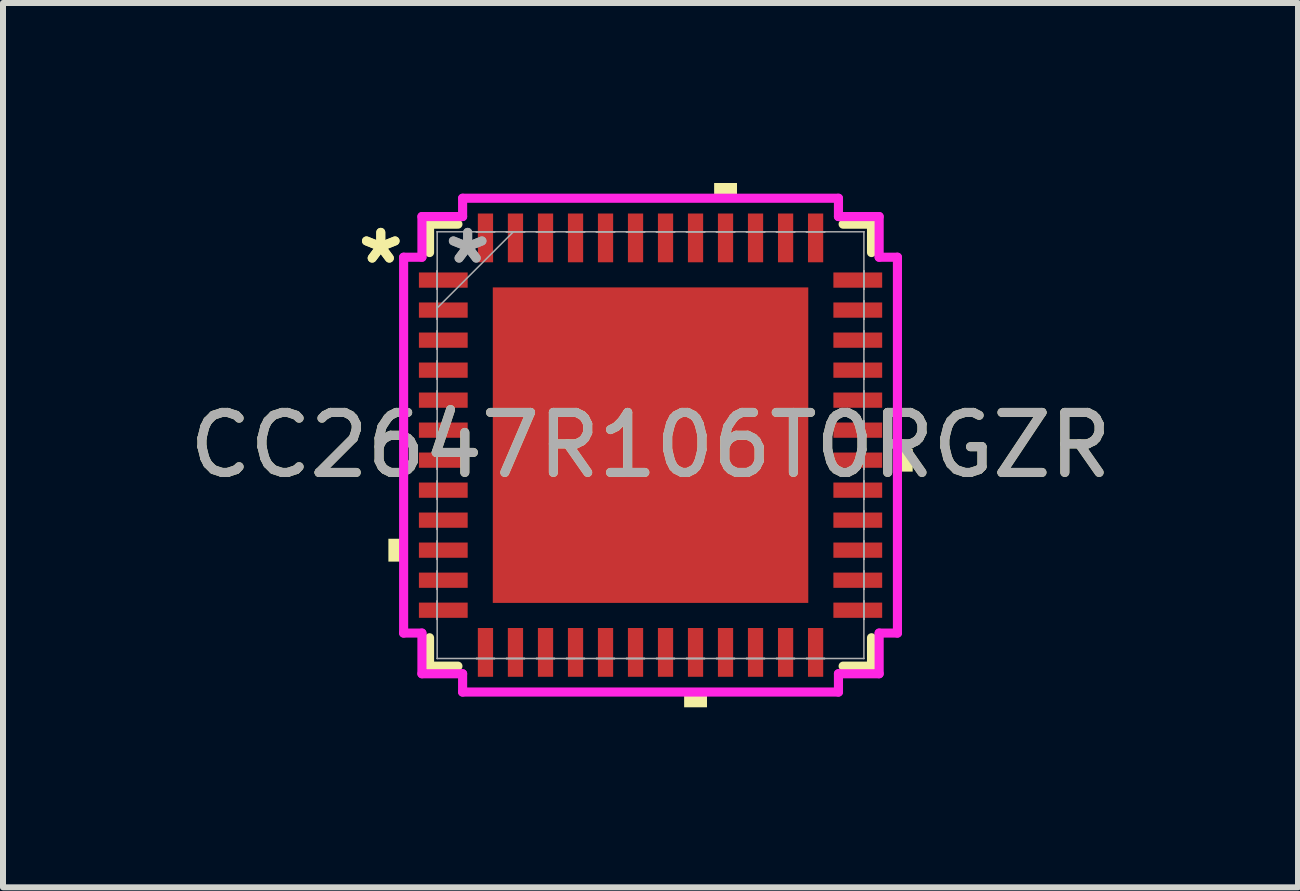
<source format=kicad_pcb>
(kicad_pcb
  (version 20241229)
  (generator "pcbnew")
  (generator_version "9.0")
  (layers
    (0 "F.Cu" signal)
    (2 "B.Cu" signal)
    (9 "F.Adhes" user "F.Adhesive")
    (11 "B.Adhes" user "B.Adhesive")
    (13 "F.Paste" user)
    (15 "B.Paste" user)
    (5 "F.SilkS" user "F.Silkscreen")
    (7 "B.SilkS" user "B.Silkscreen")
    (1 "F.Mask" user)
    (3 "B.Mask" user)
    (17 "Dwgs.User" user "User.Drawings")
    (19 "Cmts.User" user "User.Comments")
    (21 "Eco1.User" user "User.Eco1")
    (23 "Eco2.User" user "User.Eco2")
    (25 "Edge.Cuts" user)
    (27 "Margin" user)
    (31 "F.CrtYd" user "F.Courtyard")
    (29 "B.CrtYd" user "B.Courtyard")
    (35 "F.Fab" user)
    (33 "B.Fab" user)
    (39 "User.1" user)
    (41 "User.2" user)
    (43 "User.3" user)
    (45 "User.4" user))
  (footprint "CC2647R106T0RGZR"
    (layer "F.Cu")
    (at 7.792 4.369)
    (property "Reference" "CC2647R106T0RGZR" (at 0 0 0) (unlocked yes) (layer "F.SilkS") (effects (font (size 1 1) (thickness 0.15))))
    (attr smd)
    (fp_line (start -3.683 -3.683) (end -3.683 -3.21) (stroke (width 0.152) (type solid)) (layer "F.SilkS"))
    (fp_line (start -3.683 3.21) (end -3.683 3.683) (stroke (width 0.152) (type solid)) (layer "F.SilkS"))
    (fp_line (start -3.683 3.683) (end -3.21 3.683) (stroke (width 0.152) (type solid)) (layer "F.SilkS"))
    (fp_line (start -3.21 -3.683) (end -3.683 -3.683) (stroke (width 0.152) (type solid)) (layer "F.SilkS"))
    (fp_line (start 3.21 3.683) (end 3.683 3.683) (stroke (width 0.152) (type solid)) (layer "F.SilkS"))
    (fp_line (start 3.683 -3.683) (end 3.21 -3.683) (stroke (width 0.152) (type solid)) (layer "F.SilkS"))
    (fp_line (start 3.683 -3.21) (end 3.683 -3.683) (stroke (width 0.152) (type solid)) (layer "F.SilkS"))
    (fp_line (start 3.683 3.683) (end 3.683 3.21) (stroke (width 0.152) (type solid)) (layer "F.SilkS"))
    (fp_poly (pts (xy -4.369 1.56) (xy -4.369 1.941) (xy -4.115 1.941) (xy -4.115 1.56)) (stroke (width 0) (type solid)) (fill yes) (layer "F.SilkS"))
    (fp_poly (pts (xy 0.56 4.115) (xy 0.56 4.369) (xy 0.941 4.369) (xy 0.941 4.115)) (stroke (width 0) (type solid)) (fill yes) (layer "F.SilkS"))
    (fp_poly (pts (xy 1.06 -4.115) (xy 1.06 -4.369) (xy 1.441 -4.369) (xy 1.441 -4.115)) (stroke (width 0) (type solid)) (fill yes) (layer "F.SilkS"))
    (fp_poly (pts (xy 4.369 0.06) (xy 4.369 0.441) (xy 4.115 0.441) (xy 4.115 0.06)) (stroke (width 0) (type solid)) (fill yes) (layer "F.SilkS"))
    (fp_poly (pts (xy -2.529 -2.529) (xy -2.529 -1.414) (xy -1.414 -1.414) (xy -1.414 -2.529)) (stroke (width 0) (type solid)) (fill yes) (layer "F.Paste"))
    (fp_poly (pts (xy -2.529 -1.214) (xy -2.529 -0.1) (xy -1.414 -0.1) (xy -1.414 -1.214)) (stroke (width 0) (type solid)) (fill yes) (layer "F.Paste"))
    (fp_poly (pts (xy -2.529 0.1) (xy -2.529 1.214) (xy -1.414 1.214) (xy -1.414 0.1)) (stroke (width 0) (type solid)) (fill yes) (layer "F.Paste"))
    (fp_poly (pts (xy -2.529 1.414) (xy -2.529 2.529) (xy -1.414 2.529) (xy -1.414 1.414)) (stroke (width 0) (type solid)) (fill yes) (layer "F.Paste"))
    (fp_poly (pts (xy -1.214 -2.529) (xy -1.214 -1.414) (xy -0.1 -1.414) (xy -0.1 -2.529)) (stroke (width 0) (type solid)) (fill yes) (layer "F.Paste"))
    (fp_poly (pts (xy -1.214 -1.214) (xy -1.214 -0.1) (xy -0.1 -0.1) (xy -0.1 -1.214)) (stroke (width 0) (type solid)) (fill yes) (layer "F.Paste"))
    (fp_poly (pts (xy -1.214 0.1) (xy -1.214 1.214) (xy -0.1 1.214) (xy -0.1 0.1)) (stroke (width 0) (type solid)) (fill yes) (layer "F.Paste"))
    (fp_poly (pts (xy -1.214 1.414) (xy -1.214 2.529) (xy -0.1 2.529) (xy -0.1 1.414)) (stroke (width 0) (type solid)) (fill yes) (layer "F.Paste"))
    (fp_poly (pts (xy 0.1 -2.529) (xy 0.1 -1.414) (xy 1.214 -1.414) (xy 1.214 -2.529)) (stroke (width 0) (type solid)) (fill yes) (layer "F.Paste"))
    (fp_poly (pts (xy 0.1 -1.214) (xy 0.1 -0.1) (xy 1.214 -0.1) (xy 1.214 -1.214)) (stroke (width 0) (type solid)) (fill yes) (layer "F.Paste"))
    (fp_poly (pts (xy 0.1 0.1) (xy 0.1 1.214) (xy 1.214 1.214) (xy 1.214 0.1)) (stroke (width 0) (type solid)) (fill yes) (layer "F.Paste"))
    (fp_poly (pts (xy 0.1 1.414) (xy 0.1 2.529) (xy 1.214 2.529) (xy 1.214 1.414)) (stroke (width 0) (type solid)) (fill yes) (layer "F.Paste"))
    (fp_poly (pts (xy 1.414 -2.529) (xy 1.414 -1.414) (xy 2.529 -1.414) (xy 2.529 -2.529)) (stroke (width 0) (type solid)) (fill yes) (layer "F.Paste"))
    (fp_poly (pts (xy 1.414 -1.214) (xy 1.414 -0.1) (xy 2.529 -0.1) (xy 2.529 -1.214)) (stroke (width 0) (type solid)) (fill yes) (layer "F.Paste"))
    (fp_poly (pts (xy 1.414 0.1) (xy 1.414 1.214) (xy 2.529 1.214) (xy 2.529 0.1)) (stroke (width 0) (type solid)) (fill yes) (layer "F.Paste"))
    (fp_poly (pts (xy 1.414 1.414) (xy 1.414 2.529) (xy 2.529 2.529) (xy 2.529 1.414)) (stroke (width 0) (type solid)) (fill yes) (layer "F.Paste"))
    (fp_line (start -4.115 -3.132) (end -3.81 -3.132) (stroke (width 0.152) (type solid)) (layer "F.CrtYd"))
    (fp_line (start -4.115 3.132) (end -4.115 -3.132) (stroke (width 0.152) (type solid)) (layer "F.CrtYd"))
    (fp_line (start -3.81 -3.81) (end -3.132 -3.81) (stroke (width 0.152) (type solid)) (layer "F.CrtYd"))
    (fp_line (start -3.81 -3.132) (end -3.81 -3.81) (stroke (width 0.152) (type solid)) (layer "F.CrtYd"))
    (fp_line (start -3.81 3.132) (end -4.115 3.132) (stroke (width 0.152) (type solid)) (layer "F.CrtYd"))
    (fp_line (start -3.81 3.81) (end -3.81 3.132) (stroke (width 0.152) (type solid)) (layer "F.CrtYd"))
    (fp_line (start -3.132 -4.115) (end 3.132 -4.115) (stroke (width 0.152) (type solid)) (layer "F.CrtYd"))
    (fp_line (start -3.132 -3.81) (end -3.132 -4.115) (stroke (width 0.152) (type solid)) (layer "F.CrtYd"))
    (fp_line (start -3.132 3.81) (end -3.81 3.81) (stroke (width 0.152) (type solid)) (layer "F.CrtYd"))
    (fp_line (start -3.132 4.115) (end -3.132 3.81) (stroke (width 0.152) (type solid)) (layer "F.CrtYd"))
    (fp_line (start 3.132 -4.115) (end 3.132 -3.81) (stroke (width 0.152) (type solid)) (layer "F.CrtYd"))
    (fp_line (start 3.132 -3.81) (end 3.81 -3.81) (stroke (width 0.152) (type solid)) (layer "F.CrtYd"))
    (fp_line (start 3.132 3.81) (end 3.132 4.115) (stroke (width 0.152) (type solid)) (layer "F.CrtYd"))
    (fp_line (start 3.132 4.115) (end -3.132 4.115) (stroke (width 0.152) (type solid)) (layer "F.CrtYd"))
    (fp_line (start 3.81 -3.81) (end 3.81 -3.132) (stroke (width 0.152) (type solid)) (layer "F.CrtYd"))
    (fp_line (start 3.81 -3.132) (end 4.115 -3.132) (stroke (width 0.152) (type solid)) (layer "F.CrtYd"))
    (fp_line (start 3.81 3.132) (end 3.81 3.81) (stroke (width 0.152) (type solid)) (layer "F.CrtYd"))
    (fp_line (start 3.81 3.81) (end 3.132 3.81) (stroke (width 0.152) (type solid)) (layer "F.CrtYd"))
    (fp_line (start 4.115 -3.132) (end 4.115 3.132) (stroke (width 0.152) (type solid)) (layer "F.CrtYd"))
    (fp_line (start 4.115 3.132) (end 3.81 3.132) (stroke (width 0.152) (type solid)) (layer "F.CrtYd"))
    (fp_line (start -3.556 -3.556) (end -3.556 -3.556) (stroke (width 0.025) (type solid)) (layer "F.Fab"))
    (fp_line (start -3.556 -3.556) (end -3.556 3.556) (stroke (width 0.025) (type solid)) (layer "F.Fab"))
    (fp_line (start -3.556 -2.903) (end -3.556 -2.903) (stroke (width 0.025) (type solid)) (layer "F.Fab"))
    (fp_line (start -3.556 -2.903) (end -3.556 -2.598) (stroke (width 0.025) (type solid)) (layer "F.Fab"))
    (fp_line (start -3.556 -2.598) (end -3.556 -2.903) (stroke (width 0.025) (type solid)) (layer "F.Fab"))
    (fp_line (start -3.556 -2.598) (end -3.556 -2.598) (stroke (width 0.025) (type solid)) (layer "F.Fab"))
    (fp_line (start -3.556 -2.403) (end -3.556 -2.403) (stroke (width 0.025) (type solid)) (layer "F.Fab"))
    (fp_line (start -3.556 -2.403) (end -3.556 -2.098) (stroke (width 0.025) (type solid)) (layer "F.Fab"))
    (fp_line (start -3.556 -2.286) (end -2.286 -3.556) (stroke (width 0.025) (type solid)) (layer "F.Fab"))
    (fp_line (start -3.556 -2.098) (end -3.556 -2.403) (stroke (width 0.025) (type solid)) (layer "F.Fab"))
    (fp_line (start -3.556 -2.098) (end -3.556 -2.098) (stroke (width 0.025) (type solid)) (layer "F.Fab"))
    (fp_line (start -3.556 -1.903) (end -3.556 -1.903) (stroke (width 0.025) (type solid)) (layer "F.Fab"))
    (fp_line (start -3.556 -1.903) (end -3.556 -1.598) (stroke (width 0.025) (type solid)) (layer "F.Fab"))
    (fp_line (start -3.556 -1.598) (end -3.556 -1.903) (stroke (width 0.025) (type solid)) (layer "F.Fab"))
    (fp_line (start -3.556 -1.598) (end -3.556 -1.598) (stroke (width 0.025) (type solid)) (layer "F.Fab"))
    (fp_line (start -3.556 -1.403) (end -3.556 -1.403) (stroke (width 0.025) (type solid)) (layer "F.Fab"))
    (fp_line (start -3.556 -1.403) (end -3.556 -1.098) (stroke (width 0.025) (type solid)) (layer "F.Fab"))
    (fp_line (start -3.556 -1.098) (end -3.556 -1.403) (stroke (width 0.025) (type solid)) (layer "F.Fab"))
    (fp_line (start -3.556 -1.098) (end -3.556 -1.098) (stroke (width 0.025) (type solid)) (layer "F.Fab"))
    (fp_line (start -3.556 -0.903) (end -3.556 -0.903) (stroke (width 0.025) (type solid)) (layer "F.Fab"))
    (fp_line (start -3.556 -0.903) (end -3.556 -0.598) (stroke (width 0.025) (type solid)) (layer "F.Fab"))
    (fp_line (start -3.556 -0.598) (end -3.556 -0.903) (stroke (width 0.025) (type solid)) (layer "F.Fab"))
    (fp_line (start -3.556 -0.598) (end -3.556 -0.598) (stroke (width 0.025) (type solid)) (layer "F.Fab"))
    (fp_line (start -3.556 -0.402) (end -3.556 -0.402) (stroke (width 0.025) (type solid)) (layer "F.Fab"))
    (fp_line (start -3.556 -0.402) (end -3.556 -0.098) (stroke (width 0.025) (type solid)) (layer "F.Fab"))
    (fp_line (start -3.556 -0.098) (end -3.556 -0.402) (stroke (width 0.025) (type solid)) (layer "F.Fab"))
    (fp_line (start -3.556 -0.098) (end -3.556 -0.098) (stroke (width 0.025) (type solid)) (layer "F.Fab"))
    (fp_line (start -3.556 0.098) (end -3.556 0.098) (stroke (width 0.025) (type solid)) (layer "F.Fab"))
    (fp_line (start -3.556 0.098) (end -3.556 0.402) (stroke (width 0.025) (type solid)) (layer "F.Fab"))
    (fp_line (start -3.556 0.402) (end -3.556 0.098) (stroke (width 0.025) (type solid)) (layer "F.Fab"))
    (fp_line (start -3.556 0.402) (end -3.556 0.402) (stroke (width 0.025) (type solid)) (layer "F.Fab"))
    (fp_line (start -3.556 0.598) (end -3.556 0.598) (stroke (width 0.025) (type solid)) (layer "F.Fab"))
    (fp_line (start -3.556 0.598) (end -3.556 0.903) (stroke (width 0.025) (type solid)) (layer "F.Fab"))
    (fp_line (start -3.556 0.903) (end -3.556 0.598) (stroke (width 0.025) (type solid)) (layer "F.Fab"))
    (fp_line (start -3.556 0.903) (end -3.556 0.903) (stroke (width 0.025) (type solid)) (layer "F.Fab"))
    (fp_line (start -3.556 1.098) (end -3.556 1.098) (stroke (width 0.025) (type solid)) (layer "F.Fab"))
    (fp_line (start -3.556 1.098) (end -3.556 1.403) (stroke (width 0.025) (type solid)) (layer "F.Fab"))
    (fp_line (start -3.556 1.403) (end -3.556 1.098) (stroke (width 0.025) (type solid)) (layer "F.Fab"))
    (fp_line (start -3.556 1.403) (end -3.556 1.403) (stroke (width 0.025) (type solid)) (layer "F.Fab"))
    (fp_line (start -3.556 1.598) (end -3.556 1.598) (stroke (width 0.025) (type solid)) (layer "F.Fab"))
    (fp_line (start -3.556 1.598) (end -3.556 1.903) (stroke (width 0.025) (type solid)) (layer "F.Fab"))
    (fp_line (start -3.556 1.903) (end -3.556 1.598) (stroke (width 0.025) (type solid)) (layer "F.Fab"))
    (fp_line (start -3.556 1.903) (end -3.556 1.903) (stroke (width 0.025) (type solid)) (layer "F.Fab"))
    (fp_line (start -3.556 2.098) (end -3.556 2.098) (stroke (width 0.025) (type solid)) (layer "F.Fab"))
    (fp_line (start -3.556 2.098) (end -3.556 2.403) (stroke (width 0.025) (type solid)) (layer "F.Fab"))
    (fp_line (start -3.556 2.403) (end -3.556 2.098) (stroke (width 0.025) (type solid)) (layer "F.Fab"))
    (fp_line (start -3.556 2.403) (end -3.556 2.403) (stroke (width 0.025) (type solid)) (layer "F.Fab"))
    (fp_line (start -3.556 2.598) (end -3.556 2.598) (stroke (width 0.025) (type solid)) (layer "F.Fab"))
    (fp_line (start -3.556 2.598) (end -3.556 2.903) (stroke (width 0.025) (type solid)) (layer "F.Fab"))
    (fp_line (start -3.556 2.903) (end -3.556 2.598) (stroke (width 0.025) (type solid)) (layer "F.Fab"))
    (fp_line (start -3.556 2.903) (end -3.556 2.903) (stroke (width 0.025) (type solid)) (layer "F.Fab"))
    (fp_line (start -3.556 3.556) (end -3.556 3.556) (stroke (width 0.025) (type solid)) (layer "F.Fab"))
    (fp_line (start -3.556 3.556) (end 3.556 3.556) (stroke (width 0.025) (type solid)) (layer "F.Fab"))
    (fp_line (start -2.903 -3.556) (end -2.903 -3.556) (stroke (width 0.025) (type solid)) (layer "F.Fab"))
    (fp_line (start -2.903 -3.556) (end -2.598 -3.556) (stroke (width 0.025) (type solid)) (layer "F.Fab"))
    (fp_line (start -2.903 3.556) (end -2.903 3.556) (stroke (width 0.025) (type solid)) (layer "F.Fab"))
    (fp_line (start -2.903 3.556) (end -2.598 3.556) (stroke (width 0.025) (type solid)) (layer "F.Fab"))
    (fp_line (start -2.598 -3.556) (end -2.903 -3.556) (stroke (width 0.025) (type solid)) (layer "F.Fab"))
    (fp_line (start -2.598 -3.556) (end -2.598 -3.556) (stroke (width 0.025) (type solid)) (layer "F.Fab"))
    (fp_line (start -2.598 3.556) (end -2.903 3.556) (stroke (width 0.025) (type solid)) (layer "F.Fab"))
    (fp_line (start -2.598 3.556) (end -2.598 3.556) (stroke (width 0.025) (type solid)) (layer "F.Fab"))
    (fp_line (start -2.403 -3.556) (end -2.403 -3.556) (stroke (width 0.025) (type solid)) (layer "F.Fab"))
    (fp_line (start -2.403 -3.556) (end -2.098 -3.556) (stroke (width 0.025) (type solid)) (layer "F.Fab"))
    (fp_line (start -2.403 3.556) (end -2.403 3.556) (stroke (width 0.025) (type solid)) (layer "F.Fab"))
    (fp_line (start -2.403 3.556) (end -2.098 3.556) (stroke (width 0.025) (type solid)) (layer "F.Fab"))
    (fp_line (start -2.098 -3.556) (end -2.403 -3.556) (stroke (width 0.025) (type solid)) (layer "F.Fab"))
    (fp_line (start -2.098 -3.556) (end -2.098 -3.556) (stroke (width 0.025) (type solid)) (layer "F.Fab"))
    (fp_line (start -2.098 3.556) (end -2.403 3.556) (stroke (width 0.025) (type solid)) (layer "F.Fab"))
    (fp_line (start -2.098 3.556) (end -2.098 3.556) (stroke (width 0.025) (type solid)) (layer "F.Fab"))
    (fp_line (start -1.903 -3.556) (end -1.903 -3.556) (stroke (width 0.025) (type solid)) (layer "F.Fab"))
    (fp_line (start -1.903 -3.556) (end -1.598 -3.556) (stroke (width 0.025) (type solid)) (layer "F.Fab"))
    (fp_line (start -1.903 3.556) (end -1.903 3.556) (stroke (width 0.025) (type solid)) (layer "F.Fab"))
    (fp_line (start -1.903 3.556) (end -1.598 3.556) (stroke (width 0.025) (type solid)) (layer "F.Fab"))
    (fp_line (start -1.598 -3.556) (end -1.903 -3.556) (stroke (width 0.025) (type solid)) (layer "F.Fab"))
    (fp_line (start -1.598 -3.556) (end -1.598 -3.556) (stroke (width 0.025) (type solid)) (layer "F.Fab"))
    (fp_line (start -1.598 3.556) (end -1.903 3.556) (stroke (width 0.025) (type solid)) (layer "F.Fab"))
    (fp_line (start -1.598 3.556) (end -1.598 3.556) (stroke (width 0.025) (type solid)) (layer "F.Fab"))
    (fp_line (start -1.403 -3.556) (end -1.403 -3.556) (stroke (width 0.025) (type solid)) (layer "F.Fab"))
    (fp_line (start -1.403 -3.556) (end -1.098 -3.556) (stroke (width 0.025) (type solid)) (layer "F.Fab"))
    (fp_line (start -1.403 3.556) (end -1.403 3.556) (stroke (width 0.025) (type solid)) (layer "F.Fab"))
    (fp_line (start -1.403 3.556) (end -1.098 3.556) (stroke (width 0.025) (type solid)) (layer "F.Fab"))
    (fp_line (start -1.098 -3.556) (end -1.403 -3.556) (stroke (width 0.025) (type solid)) (layer "F.Fab"))
    (fp_line (start -1.098 -3.556) (end -1.098 -3.556) (stroke (width 0.025) (type solid)) (layer "F.Fab"))
    (fp_line (start -1.098 3.556) (end -1.403 3.556) (stroke (width 0.025) (type solid)) (layer "F.Fab"))
    (fp_line (start -1.098 3.556) (end -1.098 3.556) (stroke (width 0.025) (type solid)) (layer "F.Fab"))
    (fp_line (start -0.903 -3.556) (end -0.903 -3.556) (stroke (width 0.025) (type solid)) (layer "F.Fab"))
    (fp_line (start -0.903 -3.556) (end -0.598 -3.556) (stroke (width 0.025) (type solid)) (layer "F.Fab"))
    (fp_line (start -0.903 3.556) (end -0.903 3.556) (stroke (width 0.025) (type solid)) (layer "F.Fab"))
    (fp_line (start -0.903 3.556) (end -0.598 3.556) (stroke (width 0.025) (type solid)) (layer "F.Fab"))
    (fp_line (start -0.598 -3.556) (end -0.903 -3.556) (stroke (width 0.025) (type solid)) (layer "F.Fab"))
    (fp_line (start -0.598 -3.556) (end -0.598 -3.556) (stroke (width 0.025) (type solid)) (layer "F.Fab"))
    (fp_line (start -0.598 3.556) (end -0.903 3.556) (stroke (width 0.025) (type solid)) (layer "F.Fab"))
    (fp_line (start -0.598 3.556) (end -0.598 3.556) (stroke (width 0.025) (type solid)) (layer "F.Fab"))
    (fp_line (start -0.402 -3.556) (end -0.402 -3.556) (stroke (width 0.025) (type solid)) (layer "F.Fab"))
    (fp_line (start -0.402 -3.556) (end -0.098 -3.556) (stroke (width 0.025) (type solid)) (layer "F.Fab"))
    (fp_line (start -0.402 3.556) (end -0.402 3.556) (stroke (width 0.025) (type solid)) (layer "F.Fab"))
    (fp_line (start -0.402 3.556) (end -0.098 3.556) (stroke (width 0.025) (type solid)) (layer "F.Fab"))
    (fp_line (start -0.098 -3.556) (end -0.402 -3.556) (stroke (width 0.025) (type solid)) (layer "F.Fab"))
    (fp_line (start -0.098 -3.556) (end -0.098 -3.556) (stroke (width 0.025) (type solid)) (layer "F.Fab"))
    (fp_line (start -0.098 3.556) (end -0.402 3.556) (stroke (width 0.025) (type solid)) (layer "F.Fab"))
    (fp_line (start -0.098 3.556) (end -0.098 3.556) (stroke (width 0.025) (type solid)) (layer "F.Fab"))
    (fp_line (start 0.098 -3.556) (end 0.098 -3.556) (stroke (width 0.025) (type solid)) (layer "F.Fab"))
    (fp_line (start 0.098 -3.556) (end 0.402 -3.556) (stroke (width 0.025) (type solid)) (layer "F.Fab"))
    (fp_line (start 0.098 3.556) (end 0.098 3.556) (stroke (width 0.025) (type solid)) (layer "F.Fab"))
    (fp_line (start 0.098 3.556) (end 0.402 3.556) (stroke (width 0.025) (type solid)) (layer "F.Fab"))
    (fp_line (start 0.402 -3.556) (end 0.098 -3.556) (stroke (width 0.025) (type solid)) (layer "F.Fab"))
    (fp_line (start 0.402 -3.556) (end 0.402 -3.556) (stroke (width 0.025) (type solid)) (layer "F.Fab"))
    (fp_line (start 0.402 3.556) (end 0.098 3.556) (stroke (width 0.025) (type solid)) (layer "F.Fab"))
    (fp_line (start 0.402 3.556) (end 0.402 3.556) (stroke (width 0.025) (type solid)) (layer "F.Fab"))
    (fp_line (start 0.598 -3.556) (end 0.598 -3.556) (stroke (width 0.025) (type solid)) (layer "F.Fab"))
    (fp_line (start 0.598 -3.556) (end 0.903 -3.556) (stroke (width 0.025) (type solid)) (layer "F.Fab"))
    (fp_line (start 0.598 3.556) (end 0.598 3.556) (stroke (width 0.025) (type solid)) (layer "F.Fab"))
    (fp_line (start 0.598 3.556) (end 0.903 3.556) (stroke (width 0.025) (type solid)) (layer "F.Fab"))
    (fp_line (start 0.903 -3.556) (end 0.598 -3.556) (stroke (width 0.025) (type solid)) (layer "F.Fab"))
    (fp_line (start 0.903 -3.556) (end 0.903 -3.556) (stroke (width 0.025) (type solid)) (layer "F.Fab"))
    (fp_line (start 0.903 3.556) (end 0.598 3.556) (stroke (width 0.025) (type solid)) (layer "F.Fab"))
    (fp_line (start 0.903 3.556) (end 0.903 3.556) (stroke (width 0.025) (type solid)) (layer "F.Fab"))
    (fp_line (start 1.098 -3.556) (end 1.098 -3.556) (stroke (width 0.025) (type solid)) (layer "F.Fab"))
    (fp_line (start 1.098 -3.556) (end 1.403 -3.556) (stroke (width 0.025) (type solid)) (layer "F.Fab"))
    (fp_line (start 1.098 3.556) (end 1.098 3.556) (stroke (width 0.025) (type solid)) (layer "F.Fab"))
    (fp_line (start 1.098 3.556) (end 1.403 3.556) (stroke (width 0.025) (type solid)) (layer "F.Fab"))
    (fp_line (start 1.403 -3.556) (end 1.098 -3.556) (stroke (width 0.025) (type solid)) (layer "F.Fab"))
    (fp_line (start 1.403 -3.556) (end 1.403 -3.556) (stroke (width 0.025) (type solid)) (layer "F.Fab"))
    (fp_line (start 1.403 3.556) (end 1.098 3.556) (stroke (width 0.025) (type solid)) (layer "F.Fab"))
    (fp_line (start 1.403 3.556) (end 1.403 3.556) (stroke (width 0.025) (type solid)) (layer "F.Fab"))
    (fp_line (start 1.598 -3.556) (end 1.598 -3.556) (stroke (width 0.025) (type solid)) (layer "F.Fab"))
    (fp_line (start 1.598 -3.556) (end 1.903 -3.556) (stroke (width 0.025) (type solid)) (layer "F.Fab"))
    (fp_line (start 1.598 3.556) (end 1.598 3.556) (stroke (width 0.025) (type solid)) (layer "F.Fab"))
    (fp_line (start 1.598 3.556) (end 1.903 3.556) (stroke (width 0.025) (type solid)) (layer "F.Fab"))
    (fp_line (start 1.903 -3.556) (end 1.598 -3.556) (stroke (width 0.025) (type solid)) (layer "F.Fab"))
    (fp_line (start 1.903 -3.556) (end 1.903 -3.556) (stroke (width 0.025) (type solid)) (layer "F.Fab"))
    (fp_line (start 1.903 3.556) (end 1.598 3.556) (stroke (width 0.025) (type solid)) (layer "F.Fab"))
    (fp_line (start 1.903 3.556) (end 1.903 3.556) (stroke (width 0.025) (type solid)) (layer "F.Fab"))
    (fp_line (start 2.098 -3.556) (end 2.098 -3.556) (stroke (width 0.025) (type solid)) (layer "F.Fab"))
    (fp_line (start 2.098 -3.556) (end 2.403 -3.556) (stroke (width 0.025) (type solid)) (layer "F.Fab"))
    (fp_line (start 2.098 3.556) (end 2.098 3.556) (stroke (width 0.025) (type solid)) (layer "F.Fab"))
    (fp_line (start 2.098 3.556) (end 2.403 3.556) (stroke (width 0.025) (type solid)) (layer "F.Fab"))
    (fp_line (start 2.403 -3.556) (end 2.098 -3.556) (stroke (width 0.025) (type solid)) (layer "F.Fab"))
    (fp_line (start 2.403 -3.556) (end 2.403 -3.556) (stroke (width 0.025) (type solid)) (layer "F.Fab"))
    (fp_line (start 2.403 3.556) (end 2.098 3.556) (stroke (width 0.025) (type solid)) (layer "F.Fab"))
    (fp_line (start 2.403 3.556) (end 2.403 3.556) (stroke (width 0.025) (type solid)) (layer "F.Fab"))
    (fp_line (start 2.598 -3.556) (end 2.598 -3.556) (stroke (width 0.025) (type solid)) (layer "F.Fab"))
    (fp_line (start 2.598 -3.556) (end 2.903 -3.556) (stroke (width 0.025) (type solid)) (layer "F.Fab"))
    (fp_line (start 2.598 3.556) (end 2.598 3.556) (stroke (width 0.025) (type solid)) (layer "F.Fab"))
    (fp_line (start 2.598 3.556) (end 2.903 3.556) (stroke (width 0.025) (type solid)) (layer "F.Fab"))
    (fp_line (start 2.903 -3.556) (end 2.598 -3.556) (stroke (width 0.025) (type solid)) (layer "F.Fab"))
    (fp_line (start 2.903 -3.556) (end 2.903 -3.556) (stroke (width 0.025) (type solid)) (layer "F.Fab"))
    (fp_line (start 2.903 3.556) (end 2.598 3.556) (stroke (width 0.025) (type solid)) (layer "F.Fab"))
    (fp_line (start 2.903 3.556) (end 2.903 3.556) (stroke (width 0.025) (type solid)) (layer "F.Fab"))
    (fp_line (start 3.556 -3.556) (end -3.556 -3.556) (stroke (width 0.025) (type solid)) (layer "F.Fab"))
    (fp_line (start 3.556 -3.556) (end 3.556 -3.556) (stroke (width 0.025) (type solid)) (layer "F.Fab"))
    (fp_line (start 3.556 -2.903) (end 3.556 -2.903) (stroke (width 0.025) (type solid)) (layer "F.Fab"))
    (fp_line (start 3.556 -2.903) (end 3.556 -2.598) (stroke (width 0.025) (type solid)) (layer "F.Fab"))
    (fp_line (start 3.556 -2.598) (end 3.556 -2.903) (stroke (width 0.025) (type solid)) (layer "F.Fab"))
    (fp_line (start 3.556 -2.598) (end 3.556 -2.598) (stroke (width 0.025) (type solid)) (layer "F.Fab"))
    (fp_line (start 3.556 -2.403) (end 3.556 -2.403) (stroke (width 0.025) (type solid)) (layer "F.Fab"))
    (fp_line (start 3.556 -2.403) (end 3.556 -2.098) (stroke (width 0.025) (type solid)) (layer "F.Fab"))
    (fp_line (start 3.556 -2.098) (end 3.556 -2.403) (stroke (width 0.025) (type solid)) (layer "F.Fab"))
    (fp_line (start 3.556 -2.098) (end 3.556 -2.098) (stroke (width 0.025) (type solid)) (layer "F.Fab"))
    (fp_line (start 3.556 -1.903) (end 3.556 -1.903) (stroke (width 0.025) (type solid)) (layer "F.Fab"))
    (fp_line (start 3.556 -1.903) (end 3.556 -1.598) (stroke (width 0.025) (type solid)) (layer "F.Fab"))
    (fp_line (start 3.556 -1.598) (end 3.556 -1.903) (stroke (width 0.025) (type solid)) (layer "F.Fab"))
    (fp_line (start 3.556 -1.598) (end 3.556 -1.598) (stroke (width 0.025) (type solid)) (layer "F.Fab"))
    (fp_line (start 3.556 -1.403) (end 3.556 -1.403) (stroke (width 0.025) (type solid)) (layer "F.Fab"))
    (fp_line (start 3.556 -1.403) (end 3.556 -1.098) (stroke (width 0.025) (type solid)) (layer "F.Fab"))
    (fp_line (start 3.556 -1.098) (end 3.556 -1.403) (stroke (width 0.025) (type solid)) (layer "F.Fab"))
    (fp_line (start 3.556 -1.098) (end 3.556 -1.098) (stroke (width 0.025) (type solid)) (layer "F.Fab"))
    (fp_line (start 3.556 -0.903) (end 3.556 -0.903) (stroke (width 0.025) (type solid)) (layer "F.Fab"))
    (fp_line (start 3.556 -0.903) (end 3.556 -0.598) (stroke (width 0.025) (type solid)) (layer "F.Fab"))
    (fp_line (start 3.556 -0.598) (end 3.556 -0.903) (stroke (width 0.025) (type solid)) (layer "F.Fab"))
    (fp_line (start 3.556 -0.598) (end 3.556 -0.598) (stroke (width 0.025) (type solid)) (layer "F.Fab"))
    (fp_line (start 3.556 -0.402) (end 3.556 -0.402) (stroke (width 0.025) (type solid)) (layer "F.Fab"))
    (fp_line (start 3.556 -0.402) (end 3.556 -0.098) (stroke (width 0.025) (type solid)) (layer "F.Fab"))
    (fp_line (start 3.556 -0.098) (end 3.556 -0.402) (stroke (width 0.025) (type solid)) (layer "F.Fab"))
    (fp_line (start 3.556 -0.098) (end 3.556 -0.098) (stroke (width 0.025) (type solid)) (layer "F.Fab"))
    (fp_line (start 3.556 0.098) (end 3.556 0.098) (stroke (width 0.025) (type solid)) (layer "F.Fab"))
    (fp_line (start 3.556 0.098) (end 3.556 0.402) (stroke (width 0.025) (type solid)) (layer "F.Fab"))
    (fp_line (start 3.556 0.402) (end 3.556 0.098) (stroke (width 0.025) (type solid)) (layer "F.Fab"))
    (fp_line (start 3.556 0.402) (end 3.556 0.402) (stroke (width 0.025) (type solid)) (layer "F.Fab"))
    (fp_line (start 3.556 0.598) (end 3.556 0.598) (stroke (width 0.025) (type solid)) (layer "F.Fab"))
    (fp_line (start 3.556 0.598) (end 3.556 0.903) (stroke (width 0.025) (type solid)) (layer "F.Fab"))
    (fp_line (start 3.556 0.903) (end 3.556 0.598) (stroke (width 0.025) (type solid)) (layer "F.Fab"))
    (fp_line (start 3.556 0.903) (end 3.556 0.903) (stroke (width 0.025) (type solid)) (layer "F.Fab"))
    (fp_line (start 3.556 1.098) (end 3.556 1.098) (stroke (width 0.025) (type solid)) (layer "F.Fab"))
    (fp_line (start 3.556 1.098) (end 3.556 1.403) (stroke (width 0.025) (type solid)) (layer "F.Fab"))
    (fp_line (start 3.556 1.403) (end 3.556 1.098) (stroke (width 0.025) (type solid)) (layer "F.Fab"))
    (fp_line (start 3.556 1.403) (end 3.556 1.403) (stroke (width 0.025) (type solid)) (layer "F.Fab"))
    (fp_line (start 3.556 1.598) (end 3.556 1.598) (stroke (width 0.025) (type solid)) (layer "F.Fab"))
    (fp_line (start 3.556 1.598) (end 3.556 1.903) (stroke (width 0.025) (type solid)) (layer "F.Fab"))
    (fp_line (start 3.556 1.903) (end 3.556 1.598) (stroke (width 0.025) (type solid)) (layer "F.Fab"))
    (fp_line (start 3.556 1.903) (end 3.556 1.903) (stroke (width 0.025) (type solid)) (layer "F.Fab"))
    (fp_line (start 3.556 2.098) (end 3.556 2.098) (stroke (width 0.025) (type solid)) (layer "F.Fab"))
    (fp_line (start 3.556 2.098) (end 3.556 2.403) (stroke (width 0.025) (type solid)) (layer "F.Fab"))
    (fp_line (start 3.556 2.403) (end 3.556 2.098) (stroke (width 0.025) (type solid)) (layer "F.Fab"))
    (fp_line (start 3.556 2.403) (end 3.556 2.403) (stroke (width 0.025) (type solid)) (layer "F.Fab"))
    (fp_line (start 3.556 2.598) (end 3.556 2.598) (stroke (width 0.025) (type solid)) (layer "F.Fab"))
    (fp_line (start 3.556 2.598) (end 3.556 2.903) (stroke (width 0.025) (type solid)) (layer "F.Fab"))
    (fp_line (start 3.556 2.903) (end 3.556 2.598) (stroke (width 0.025) (type solid)) (layer "F.Fab"))
    (fp_line (start 3.556 2.903) (end 3.556 2.903) (stroke (width 0.025) (type solid)) (layer "F.Fab"))
    (fp_line (start 3.556 3.556) (end 3.556 -3.556) (stroke (width 0.025) (type solid)) (layer "F.Fab"))
    (fp_line (start 3.556 3.556) (end 3.556 3.556) (stroke (width 0.025) (type solid)) (layer "F.Fab"))
    (fp_text user "*" (at -4.496 -3.001 0) (unlocked yes) (layer "F.SilkS") (effects (font (size 1 1) (thickness 0.15))))
    (fp_text user "*" (at -4.496 -3.001 0) (layer "F.SilkS") (effects (font (size 1 1) (thickness 0.15))))
    (fp_text user "*" (at -3.048 -3.001 0) (layer "F.Fab") (effects (font (size 1 1) (thickness 0.15))))
    (fp_text user "${REFERENCE}" (at 0 0 0) (unlocked yes) (layer "F.Fab") (effects (font (size 1 1) (thickness 0.15))))
    (fp_text user "*" (at -3.048 -3.001 0) (unlocked yes) (layer "F.Fab") (effects (font (size 1 1) (thickness 0.15))))
    (pad "1" smd rect (at -3.454 -2.751 90) (size 0.254 0.813) (layers "F.Cu" "F.Mask" "F.Paste"))
    (pad "2" smd rect (at -3.454 -2.251 90) (size 0.254 0.813) (layers "F.Cu" "F.Mask" "F.Paste"))
    (pad "3" smd rect (at -3.454 -1.75 90) (size 0.254 0.813) (layers "F.Cu" "F.Mask" "F.Paste"))
    (pad "4" smd rect (at -3.454 -1.25 90) (size 0.254 0.813) (layers "F.Cu" "F.Mask" "F.Paste"))
    (pad "5" smd rect (at -3.454 -0.75 90) (size 0.254 0.813) (layers "F.Cu" "F.Mask" "F.Paste"))
    (pad "6" smd rect (at -3.454 -0.25 90) (size 0.254 0.813) (layers "F.Cu" "F.Mask" "F.Paste"))
    (pad "7" smd rect (at -3.454 0.25 90) (size 0.254 0.813) (layers "F.Cu" "F.Mask" "F.Paste"))
    (pad "8" smd rect (at -3.454 0.75 90) (size 0.254 0.813) (layers "F.Cu" "F.Mask" "F.Paste"))
    (pad "9" smd rect (at -3.454 1.25 90) (size 0.254 0.813) (layers "F.Cu" "F.Mask" "F.Paste"))
    (pad "10" smd rect (at -3.454 1.75 90) (size 0.254 0.813) (layers "F.Cu" "F.Mask" "F.Paste"))
    (pad "11" smd rect (at -3.454 2.251 90) (size 0.254 0.813) (layers "F.Cu" "F.Mask" "F.Paste"))
    (pad "12" smd rect (at -3.454 2.751 90) (size 0.254 0.813) (layers "F.Cu" "F.Mask" "F.Paste"))
    (pad "13" smd rect (at -2.751 3.454) (size 0.254 0.813) (layers "F.Cu" "F.Mask" "F.Paste"))
    (pad "14" smd rect (at -2.251 3.454) (size 0.254 0.813) (layers "F.Cu" "F.Mask" "F.Paste"))
    (pad "15" smd rect (at -1.75 3.454) (size 0.254 0.813) (layers "F.Cu" "F.Mask" "F.Paste"))
    (pad "16" smd rect (at -1.25 3.454) (size 0.254 0.813) (layers "F.Cu" "F.Mask" "F.Paste"))
    (pad "17" smd rect (at -0.75 3.454) (size 0.254 0.813) (layers "F.Cu" "F.Mask" "F.Paste"))
    (pad "18" smd rect (at -0.25 3.454) (size 0.254 0.813) (layers "F.Cu" "F.Mask" "F.Paste"))
    (pad "19" smd rect (at 0.25 3.454) (size 0.254 0.813) (layers "F.Cu" "F.Mask" "F.Paste"))
    (pad "20" smd rect (at 0.75 3.454) (size 0.254 0.813) (layers "F.Cu" "F.Mask" "F.Paste"))
    (pad "21" smd rect (at 1.25 3.454) (size 0.254 0.813) (layers "F.Cu" "F.Mask" "F.Paste"))
    (pad "22" smd rect (at 1.75 3.454) (size 0.254 0.813) (layers "F.Cu" "F.Mask" "F.Paste"))
    (pad "23" smd rect (at 2.251 3.454) (size 0.254 0.813) (layers "F.Cu" "F.Mask" "F.Paste"))
    (pad "24" smd rect (at 2.751 3.454) (size 0.254 0.813) (layers "F.Cu" "F.Mask" "F.Paste"))
    (pad "25" smd rect (at 3.454 2.751 90) (size 0.254 0.813) (layers "F.Cu" "F.Mask" "F.Paste"))
    (pad "26" smd rect (at 3.454 2.251 90) (size 0.254 0.813) (layers "F.Cu" "F.Mask" "F.Paste"))
    (pad "27" smd rect (at 3.454 1.75 90) (size 0.254 0.813) (layers "F.Cu" "F.Mask" "F.Paste"))
    (pad "28" smd rect (at 3.454 1.25 90) (size 0.254 0.813) (layers "F.Cu" "F.Mask" "F.Paste"))
    (pad "29" smd rect (at 3.454 0.75 90) (size 0.254 0.813) (layers "F.Cu" "F.Mask" "F.Paste"))
    (pad "30" smd rect (at 3.454 0.25 90) (size 0.254 0.813) (layers "F.Cu" "F.Mask" "F.Paste"))
    (pad "31" smd rect (at 3.454 -0.25 90) (size 0.254 0.813) (layers "F.Cu" "F.Mask" "F.Paste"))
    (pad "32" smd rect (at 3.454 -0.75 90) (size 0.254 0.813) (layers "F.Cu" "F.Mask" "F.Paste"))
    (pad "33" smd rect (at 3.454 -1.25 90) (size 0.254 0.813) (layers "F.Cu" "F.Mask" "F.Paste"))
    (pad "34" smd rect (at 3.454 -1.75 90) (size 0.254 0.813) (layers "F.Cu" "F.Mask" "F.Paste"))
    (pad "35" smd rect (at 3.454 -2.251 90) (size 0.254 0.813) (layers "F.Cu" "F.Mask" "F.Paste"))
    (pad "36" smd rect (at 3.454 -2.751 90) (size 0.254 0.813) (layers "F.Cu" "F.Mask" "F.Paste"))
    (pad "37" smd rect (at 2.751 -3.454) (size 0.254 0.813) (layers "F.Cu" "F.Mask" "F.Paste"))
    (pad "38" smd rect (at 2.251 -3.454) (size 0.254 0.813) (layers "F.Cu" "F.Mask" "F.Paste"))
    (pad "39" smd rect (at 1.75 -3.454) (size 0.254 0.813) (layers "F.Cu" "F.Mask" "F.Paste"))
    (pad "40" smd rect (at 1.25 -3.454) (size 0.254 0.813) (layers "F.Cu" "F.Mask" "F.Paste"))
    (pad "41" smd rect (at 0.75 -3.454) (size 0.254 0.813) (layers "F.Cu" "F.Mask" "F.Paste"))
    (pad "42" smd rect (at 0.25 -3.454) (size 0.254 0.813) (layers "F.Cu" "F.Mask" "F.Paste"))
    (pad "43" smd rect (at -0.25 -3.454) (size 0.254 0.813) (layers "F.Cu" "F.Mask" "F.Paste"))
    (pad "44" smd rect (at -0.75 -3.454) (size 0.254 0.813) (layers "F.Cu" "F.Mask" "F.Paste"))
    (pad "45" smd rect (at -1.25 -3.454) (size 0.254 0.813) (layers "F.Cu" "F.Mask" "F.Paste"))
    (pad "46" smd rect (at -1.75 -3.454) (size 0.254 0.813) (layers "F.Cu" "F.Mask" "F.Paste"))
    (pad "47" smd rect (at -2.251 -3.454) (size 0.254 0.813) (layers "F.Cu" "F.Mask" "F.Paste"))
    (pad "48" smd rect (at -2.751 -3.454) (size 0.254 0.813) (layers "F.Cu" "F.Mask" "F.Paste"))
    (pad "49" smd rect (at 0 0) (size 5.258 5.258) (layers "F.Cu" "F.Mask" "F.Paste")))
  (gr_rect
    (start -3 -3)
    (end 18.583 11.738)
    (stroke (width 0.1) (type default))
    (fill no)
    (layer "Edge.Cuts")))
</source>
